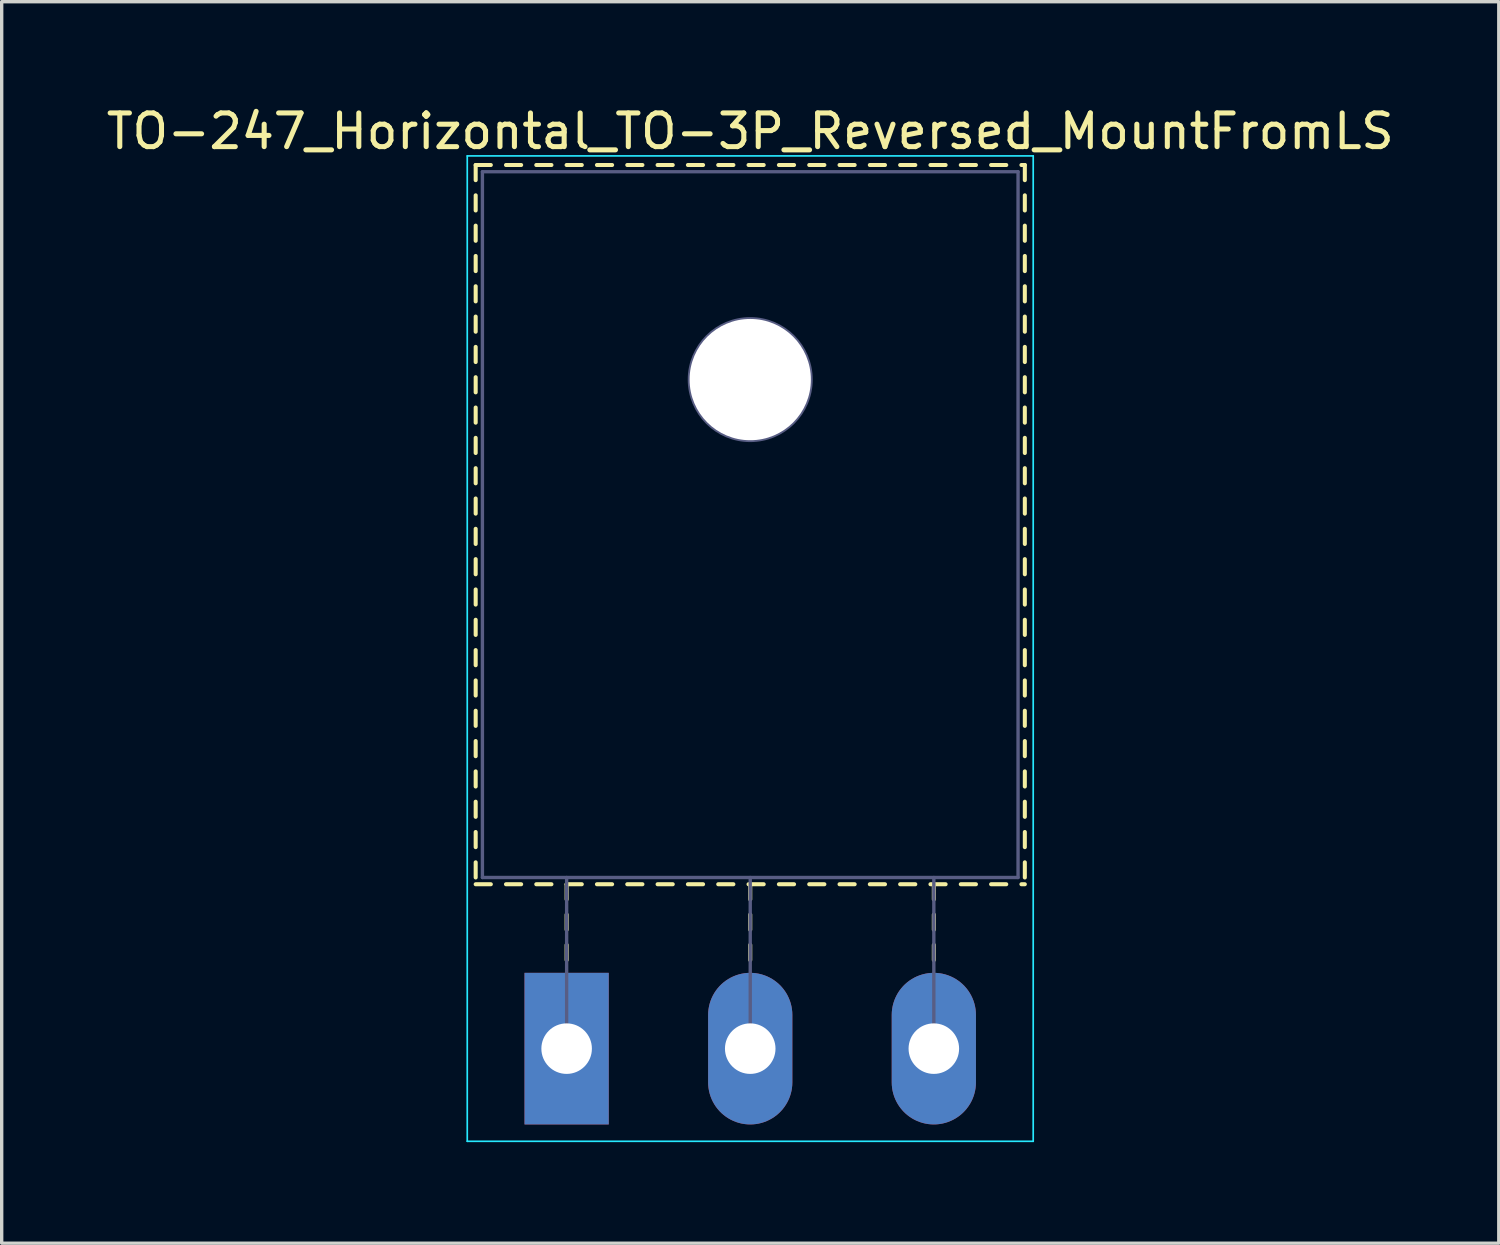
<source format=kicad_pcb>
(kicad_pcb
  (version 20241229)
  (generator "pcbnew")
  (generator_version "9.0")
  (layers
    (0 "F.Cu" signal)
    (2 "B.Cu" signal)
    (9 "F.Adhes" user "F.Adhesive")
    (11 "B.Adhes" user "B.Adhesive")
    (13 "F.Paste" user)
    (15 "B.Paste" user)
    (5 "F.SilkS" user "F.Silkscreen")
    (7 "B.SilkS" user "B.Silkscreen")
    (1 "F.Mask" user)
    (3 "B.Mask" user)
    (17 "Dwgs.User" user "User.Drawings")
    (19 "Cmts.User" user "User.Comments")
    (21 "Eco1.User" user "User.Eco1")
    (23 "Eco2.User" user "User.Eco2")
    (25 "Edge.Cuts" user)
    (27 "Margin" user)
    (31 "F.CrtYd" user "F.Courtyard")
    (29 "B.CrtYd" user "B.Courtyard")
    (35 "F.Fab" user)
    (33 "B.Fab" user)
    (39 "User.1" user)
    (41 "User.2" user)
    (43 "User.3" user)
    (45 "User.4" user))
  (footprint "TO-247_Horizontal_TO-3P_Reversed_MountFromLS"
    (layer "F.Cu")
    (at 13.77 28.078)
    (property "Reference" "TO-247_Horizontal_TO-3P_Reversed_MountFromLS" (at 5.45 -27.23 0) (layer "F.SilkS") (effects (font (size 1 1) (thickness 0.15))))
    (attr through_hole)
    (fp_line (start -2.7 -26.23) (end -2.7 -25.78) (stroke (width 0.12) (type solid)) (layer "F.SilkS"))
    (fp_line (start -2.7 -26.23) (end -2.25 -26.23) (stroke (width 0.12) (type solid)) (layer "F.SilkS"))
    (fp_line (start -2.7 -25.33) (end -2.7 -24.88) (stroke (width 0.12) (type solid)) (layer "F.SilkS"))
    (fp_line (start -2.7 -24.43) (end -2.7 -23.98) (stroke (width 0.12) (type solid)) (layer "F.SilkS"))
    (fp_line (start -2.7 -23.53) (end -2.7 -23.08) (stroke (width 0.12) (type solid)) (layer "F.SilkS"))
    (fp_line (start -2.7 -22.631) (end -2.7 -22.181) (stroke (width 0.12) (type solid)) (layer "F.SilkS"))
    (fp_line (start -2.7 -21.731) (end -2.7 -21.281) (stroke (width 0.12) (type solid)) (layer "F.SilkS"))
    (fp_line (start -2.7 -20.831) (end -2.7 -20.381) (stroke (width 0.12) (type solid)) (layer "F.SilkS"))
    (fp_line (start -2.7 -19.931) (end -2.7 -19.481) (stroke (width 0.12) (type solid)) (layer "F.SilkS"))
    (fp_line (start -2.7 -19.031) (end -2.7 -18.581) (stroke (width 0.12) (type solid)) (layer "F.SilkS"))
    (fp_line (start -2.7 -18.131) (end -2.7 -17.681) (stroke (width 0.12) (type solid)) (layer "F.SilkS"))
    (fp_line (start -2.7 -17.231) (end -2.7 -16.781) (stroke (width 0.12) (type solid)) (layer "F.SilkS"))
    (fp_line (start -2.7 -16.331) (end -2.7 -15.881) (stroke (width 0.12) (type solid)) (layer "F.SilkS"))
    (fp_line (start -2.7 -15.431) (end -2.7 -14.981) (stroke (width 0.12) (type solid)) (layer "F.SilkS"))
    (fp_line (start -2.7 -14.531) (end -2.7 -14.081) (stroke (width 0.12) (type solid)) (layer "F.SilkS"))
    (fp_line (start -2.7 -13.631) (end -2.7 -13.181) (stroke (width 0.12) (type solid)) (layer "F.SilkS"))
    (fp_line (start -2.7 -12.731) (end -2.7 -12.281) (stroke (width 0.12) (type solid)) (layer "F.SilkS"))
    (fp_line (start -2.7 -11.831) (end -2.7 -11.381) (stroke (width 0.12) (type solid)) (layer "F.SilkS"))
    (fp_line (start -2.7 -10.931) (end -2.7 -10.481) (stroke (width 0.12) (type solid)) (layer "F.SilkS"))
    (fp_line (start -2.7 -10.031) (end -2.7 -9.581) (stroke (width 0.12) (type solid)) (layer "F.SilkS"))
    (fp_line (start -2.7 -9.131) (end -2.7 -8.681) (stroke (width 0.12) (type solid)) (layer "F.SilkS"))
    (fp_line (start -2.7 -8.231) (end -2.7 -7.781) (stroke (width 0.12) (type solid)) (layer "F.SilkS"))
    (fp_line (start -2.7 -7.331) (end -2.7 -6.881) (stroke (width 0.12) (type solid)) (layer "F.SilkS"))
    (fp_line (start -2.7 -6.431) (end -2.7 -5.981) (stroke (width 0.12) (type solid)) (layer "F.SilkS"))
    (fp_line (start -2.7 -5.531) (end -2.7 -5.081) (stroke (width 0.12) (type solid)) (layer "F.SilkS"))
    (fp_line (start -2.7 -4.88) (end -2.25 -4.88) (stroke (width 0.12) (type solid)) (layer "F.SilkS"))
    (fp_line (start -1.8 -26.23) (end -1.35 -26.23) (stroke (width 0.12) (type solid)) (layer "F.SilkS"))
    (fp_line (start -1.8 -4.88) (end -1.35 -4.88) (stroke (width 0.12) (type solid)) (layer "F.SilkS"))
    (fp_line (start -0.901 -26.23) (end -0.451 -26.23) (stroke (width 0.12) (type solid)) (layer "F.SilkS"))
    (fp_line (start -0.901 -4.88) (end -0.451 -4.88) (stroke (width 0.12) (type solid)) (layer "F.SilkS"))
    (fp_line (start -0.001 -26.23) (end 0.45 -26.23) (stroke (width 0.12) (type solid)) (layer "F.SilkS"))
    (fp_line (start -0.001 -4.88) (end 0.45 -4.88) (stroke (width 0.12) (type solid)) (layer "F.SilkS"))
    (fp_line (start 0 -4.88) (end 0 -4.43) (stroke (width 0.12) (type solid)) (layer "F.SilkS"))
    (fp_line (start 0 -3.98) (end 0 -3.53) (stroke (width 0.12) (type solid)) (layer "F.SilkS"))
    (fp_line (start 0 -3.08) (end 0 -2.63) (stroke (width 0.12) (type solid)) (layer "F.SilkS"))
    (fp_line (start 0.9 -26.23) (end 1.35 -26.23) (stroke (width 0.12) (type solid)) (layer "F.SilkS"))
    (fp_line (start 0.9 -4.88) (end 1.35 -4.88) (stroke (width 0.12) (type solid)) (layer "F.SilkS"))
    (fp_line (start 1.8 -26.23) (end 2.25 -26.23) (stroke (width 0.12) (type solid)) (layer "F.SilkS"))
    (fp_line (start 1.8 -4.88) (end 2.25 -4.88) (stroke (width 0.12) (type solid)) (layer "F.SilkS"))
    (fp_line (start 2.7 -26.23) (end 3.15 -26.23) (stroke (width 0.12) (type solid)) (layer "F.SilkS"))
    (fp_line (start 2.7 -4.88) (end 3.15 -4.88) (stroke (width 0.12) (type solid)) (layer "F.SilkS"))
    (fp_line (start 3.6 -26.23) (end 4.05 -26.23) (stroke (width 0.12) (type solid)) (layer "F.SilkS"))
    (fp_line (start 3.6 -4.88) (end 4.05 -4.88) (stroke (width 0.12) (type solid)) (layer "F.SilkS"))
    (fp_line (start 4.5 -26.23) (end 4.95 -26.23) (stroke (width 0.12) (type solid)) (layer "F.SilkS"))
    (fp_line (start 4.5 -4.88) (end 4.95 -4.88) (stroke (width 0.12) (type solid)) (layer "F.SilkS"))
    (fp_line (start 5.4 -26.23) (end 5.85 -26.23) (stroke (width 0.12) (type solid)) (layer "F.SilkS"))
    (fp_line (start 5.4 -4.88) (end 5.85 -4.88) (stroke (width 0.12) (type solid)) (layer "F.SilkS"))
    (fp_line (start 5.45 -4.88) (end 5.45 -4.43) (stroke (width 0.12) (type solid)) (layer "F.SilkS"))
    (fp_line (start 5.45 -3.98) (end 5.45 -3.53) (stroke (width 0.12) (type solid)) (layer "F.SilkS"))
    (fp_line (start 5.45 -3.08) (end 5.45 -2.63) (stroke (width 0.12) (type solid)) (layer "F.SilkS"))
    (fp_line (start 6.301 -26.23) (end 6.751 -26.23) (stroke (width 0.12) (type solid)) (layer "F.SilkS"))
    (fp_line (start 6.301 -4.88) (end 6.751 -4.88) (stroke (width 0.12) (type solid)) (layer "F.SilkS"))
    (fp_line (start 7.201 -26.23) (end 7.651 -26.23) (stroke (width 0.12) (type solid)) (layer "F.SilkS"))
    (fp_line (start 7.201 -4.88) (end 7.651 -4.88) (stroke (width 0.12) (type solid)) (layer "F.SilkS"))
    (fp_line (start 8.101 -26.23) (end 8.55 -26.23) (stroke (width 0.12) (type solid)) (layer "F.SilkS"))
    (fp_line (start 8.101 -4.88) (end 8.55 -4.88) (stroke (width 0.12) (type solid)) (layer "F.SilkS"))
    (fp_line (start 9 -26.23) (end 9.45 -26.23) (stroke (width 0.12) (type solid)) (layer "F.SilkS"))
    (fp_line (start 9 -4.88) (end 9.45 -4.88) (stroke (width 0.12) (type solid)) (layer "F.SilkS"))
    (fp_line (start 9.9 -26.23) (end 10.35 -26.23) (stroke (width 0.12) (type solid)) (layer "F.SilkS"))
    (fp_line (start 9.9 -4.88) (end 10.35 -4.88) (stroke (width 0.12) (type solid)) (layer "F.SilkS"))
    (fp_line (start 10.8 -26.23) (end 11.25 -26.23) (stroke (width 0.12) (type solid)) (layer "F.SilkS"))
    (fp_line (start 10.8 -4.88) (end 11.25 -4.88) (stroke (width 0.12) (type solid)) (layer "F.SilkS"))
    (fp_line (start 10.9 -4.88) (end 10.9 -4.43) (stroke (width 0.12) (type solid)) (layer "F.SilkS"))
    (fp_line (start 10.9 -3.98) (end 10.9 -3.53) (stroke (width 0.12) (type solid)) (layer "F.SilkS"))
    (fp_line (start 10.9 -3.08) (end 10.9 -2.63) (stroke (width 0.12) (type solid)) (layer "F.SilkS"))
    (fp_line (start 11.7 -26.23) (end 12.15 -26.23) (stroke (width 0.12) (type solid)) (layer "F.SilkS"))
    (fp_line (start 11.7 -4.88) (end 12.15 -4.88) (stroke (width 0.12) (type solid)) (layer "F.SilkS"))
    (fp_line (start 12.6 -26.23) (end 13.05 -26.23) (stroke (width 0.12) (type solid)) (layer "F.SilkS"))
    (fp_line (start 12.6 -4.88) (end 13.05 -4.88) (stroke (width 0.12) (type solid)) (layer "F.SilkS"))
    (fp_line (start 13.5 -26.23) (end 13.601 -26.23) (stroke (width 0.12) (type solid)) (layer "F.SilkS"))
    (fp_line (start 13.5 -4.88) (end 13.601 -4.88) (stroke (width 0.12) (type solid)) (layer "F.SilkS"))
    (fp_line (start 13.601 -26.23) (end 13.601 -25.78) (stroke (width 0.12) (type solid)) (layer "F.SilkS"))
    (fp_line (start 13.601 -25.33) (end 13.601 -24.88) (stroke (width 0.12) (type solid)) (layer "F.SilkS"))
    (fp_line (start 13.601 -24.43) (end 13.601 -23.98) (stroke (width 0.12) (type solid)) (layer "F.SilkS"))
    (fp_line (start 13.601 -23.53) (end 13.601 -23.08) (stroke (width 0.12) (type solid)) (layer "F.SilkS"))
    (fp_line (start 13.601 -22.631) (end 13.601 -22.181) (stroke (width 0.12) (type solid)) (layer "F.SilkS"))
    (fp_line (start 13.601 -21.731) (end 13.601 -21.281) (stroke (width 0.12) (type solid)) (layer "F.SilkS"))
    (fp_line (start 13.601 -20.831) (end 13.601 -20.381) (stroke (width 0.12) (type solid)) (layer "F.SilkS"))
    (fp_line (start 13.601 -19.931) (end 13.601 -19.481) (stroke (width 0.12) (type solid)) (layer "F.SilkS"))
    (fp_line (start 13.601 -19.031) (end 13.601 -18.581) (stroke (width 0.12) (type solid)) (layer "F.SilkS"))
    (fp_line (start 13.601 -18.131) (end 13.601 -17.681) (stroke (width 0.12) (type solid)) (layer "F.SilkS"))
    (fp_line (start 13.601 -17.231) (end 13.601 -16.781) (stroke (width 0.12) (type solid)) (layer "F.SilkS"))
    (fp_line (start 13.601 -16.331) (end 13.601 -15.881) (stroke (width 0.12) (type solid)) (layer "F.SilkS"))
    (fp_line (start 13.601 -15.431) (end 13.601 -14.981) (stroke (width 0.12) (type solid)) (layer "F.SilkS"))
    (fp_line (start 13.601 -14.531) (end 13.601 -14.081) (stroke (width 0.12) (type solid)) (layer "F.SilkS"))
    (fp_line (start 13.601 -13.631) (end 13.601 -13.181) (stroke (width 0.12) (type solid)) (layer "F.SilkS"))
    (fp_line (start 13.601 -12.731) (end 13.601 -12.281) (stroke (width 0.12) (type solid)) (layer "F.SilkS"))
    (fp_line (start 13.601 -11.831) (end 13.601 -11.381) (stroke (width 0.12) (type solid)) (layer "F.SilkS"))
    (fp_line (start 13.601 -10.931) (end 13.601 -10.481) (stroke (width 0.12) (type solid)) (layer "F.SilkS"))
    (fp_line (start 13.601 -10.031) (end 13.601 -9.581) (stroke (width 0.12) (type solid)) (layer "F.SilkS"))
    (fp_line (start 13.601 -9.131) (end 13.601 -8.681) (stroke (width 0.12) (type solid)) (layer "F.SilkS"))
    (fp_line (start 13.601 -8.231) (end 13.601 -7.781) (stroke (width 0.12) (type solid)) (layer "F.SilkS"))
    (fp_line (start 13.601 -7.331) (end 13.601 -6.881) (stroke (width 0.12) (type solid)) (layer "F.SilkS"))
    (fp_line (start 13.601 -6.431) (end 13.601 -5.981) (stroke (width 0.12) (type solid)) (layer "F.SilkS"))
    (fp_line (start 13.601 -5.531) (end 13.601 -5.081) (stroke (width 0.12) (type solid)) (layer "F.SilkS"))
    (fp_line (start -2.95 -26.5) (end -2.95 2.75) (stroke (width 0.05) (type solid)) (layer "B.CrtYd"))
    (fp_line (start -2.95 2.75) (end 13.85 2.75) (stroke (width 0.05) (type solid)) (layer "B.CrtYd"))
    (fp_line (start 13.85 -26.5) (end -2.95 -26.5) (stroke (width 0.05) (type solid)) (layer "B.CrtYd"))
    (fp_line (start 13.85 2.75) (end 13.85 -26.5) (stroke (width 0.05) (type solid)) (layer "B.CrtYd"))
    (fp_line (start -2.5 -26.03) (end 13.4 -26.03) (stroke (width 0.1) (type solid)) (layer "B.Fab"))
    (fp_line (start -2.5 -5.08) (end -2.5 -26.03) (stroke (width 0.1) (type solid)) (layer "B.Fab"))
    (fp_line (start 0 -5.08) (end 0 0) (stroke (width 0.1) (type solid)) (layer "B.Fab"))
    (fp_line (start 5.45 -5.08) (end 5.45 0) (stroke (width 0.1) (type solid)) (layer "B.Fab"))
    (fp_line (start 10.9 -5.08) (end 10.9 0) (stroke (width 0.1) (type solid)) (layer "B.Fab"))
    (fp_line (start 13.4 -26.03) (end 13.4 -5.08) (stroke (width 0.1) (type solid)) (layer "B.Fab"))
    (fp_line (start 13.4 -5.08) (end -2.5 -5.08) (stroke (width 0.1) (type solid)) (layer "B.Fab"))
    (fp_circle (center 5.45 -19.86) (end 7.255 -19.86) (stroke (width 0.1) (type solid)) (fill no) (layer "B.Fab"))
    (pad "" np_thru_hole oval (at 5.45 -19.86) (size 3.6 3.6) (drill 3.6) (layers "*.Cu" "*.Mask"))
    (pad "1" thru_hole rect (at 0 0) (size 2.5 4.5) (drill 1.5) (layers "*.Cu" "*.Mask"))
    (pad "2" thru_hole oval (at 5.45 0) (size 2.5 4.5) (drill 1.5) (layers "*.Cu" "*.Mask"))
    (pad "3" thru_hole oval (at 10.9 0) (size 2.5 4.5) (drill 1.5) (layers "*.Cu" "*.Mask")))
  (gr_rect
    (start -3 -3)
    (end 41.44 33.853)
    (stroke (width 0.1) (type default))
    (fill no)
    (layer "Edge.Cuts")))
</source>
